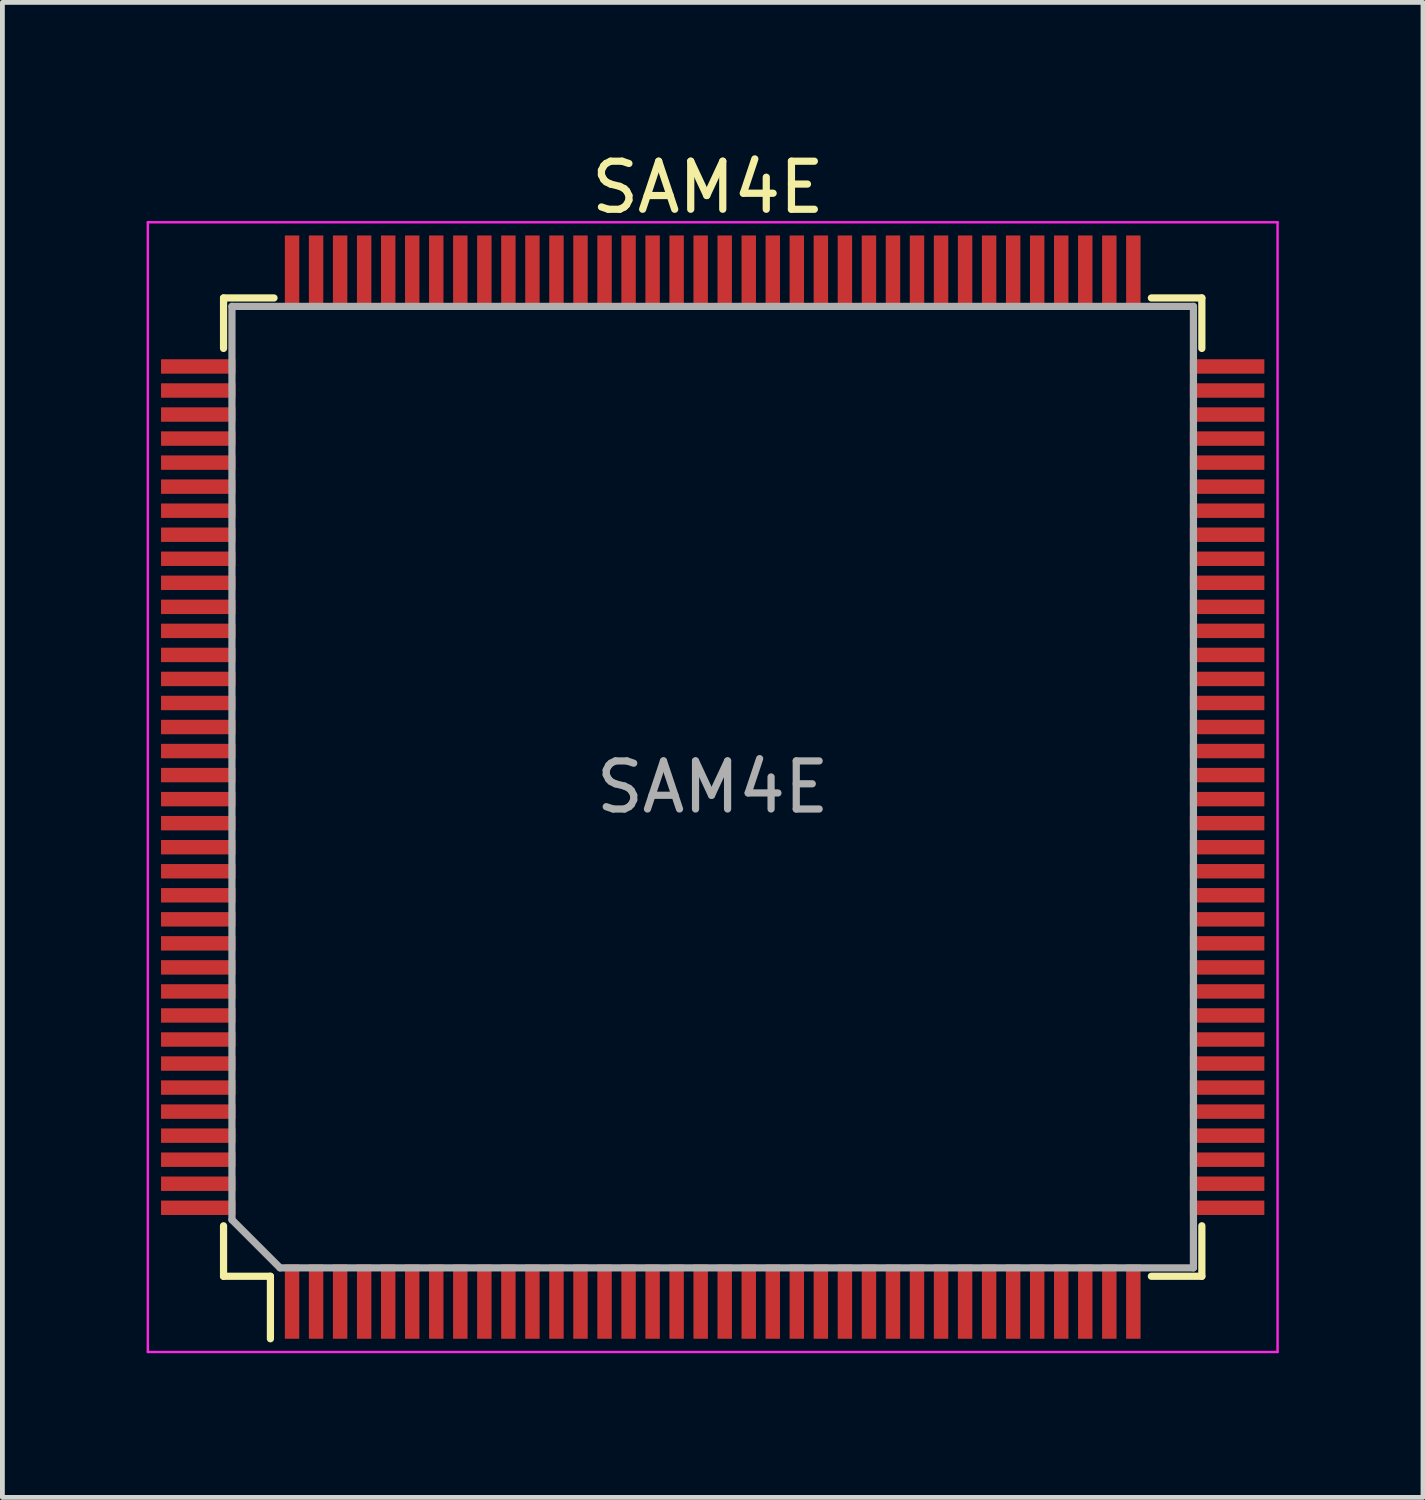
<source format=kicad_pcb>
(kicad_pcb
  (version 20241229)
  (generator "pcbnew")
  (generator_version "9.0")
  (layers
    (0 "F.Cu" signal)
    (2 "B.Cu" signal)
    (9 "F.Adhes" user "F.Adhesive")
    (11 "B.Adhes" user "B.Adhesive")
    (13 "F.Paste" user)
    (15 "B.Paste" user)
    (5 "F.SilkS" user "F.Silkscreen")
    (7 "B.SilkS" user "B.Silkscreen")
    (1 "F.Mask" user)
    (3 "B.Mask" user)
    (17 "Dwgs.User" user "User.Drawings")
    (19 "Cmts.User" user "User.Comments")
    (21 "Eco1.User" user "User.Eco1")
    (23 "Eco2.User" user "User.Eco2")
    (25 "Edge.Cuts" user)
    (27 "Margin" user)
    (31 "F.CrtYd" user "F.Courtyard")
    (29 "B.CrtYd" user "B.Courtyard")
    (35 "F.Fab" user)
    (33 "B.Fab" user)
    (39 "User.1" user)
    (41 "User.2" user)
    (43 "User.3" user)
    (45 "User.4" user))
  (footprint "SAM4E"
    (layer "F.Cu")
    (at 11.675 13.323)
    (property "Reference" "SAM4E" (at 0 -12.475 0) (layer "F.SilkS") (effects (font (size 1 1) (thickness 0.15))))
    (attr smd)
    (fp_line (start -10.075 -10.175) (end -10.075 -9.125) (stroke (width 0.15) (type solid)) (layer "F.SilkS"))
    (fp_line (start -10.075 -10.175) (end -9.025 -10.175) (stroke (width 0.15) (type solid)) (layer "F.SilkS"))
    (fp_line (start -10.075 10.175) (end -10.075 9.125) (stroke (width 0.15) (type solid)) (layer "F.SilkS"))
    (fp_line (start -10.075 10.175) (end -9.1 10.175) (stroke (width 0.15) (type solid)) (layer "F.SilkS"))
    (fp_line (start -9.1 10.175) (end -9.1 11.475) (stroke (width 0.15) (type solid)) (layer "F.SilkS"))
    (fp_line (start 10.275 -10.175) (end 9.225 -10.175) (stroke (width 0.15) (type solid)) (layer "F.SilkS"))
    (fp_line (start 10.275 -10.175) (end 10.275 -9.125) (stroke (width 0.15) (type solid)) (layer "F.SilkS"))
    (fp_line (start 10.275 10.175) (end 9.225 10.175) (stroke (width 0.15) (type solid)) (layer "F.SilkS"))
    (fp_line (start 10.275 10.175) (end 10.275 9.125) (stroke (width 0.15) (type solid)) (layer "F.SilkS"))
    (fp_line (start -11.65 -11.75) (end 11.85 -11.75) (stroke (width 0.05) (type solid)) (layer "F.CrtYd"))
    (fp_line (start -11.65 11.75) (end -11.65 -11.75) (stroke (width 0.05) (type solid)) (layer "F.CrtYd"))
    (fp_line (start -11.65 11.75) (end 11.85 11.75) (stroke (width 0.05) (type solid)) (layer "F.CrtYd"))
    (fp_line (start 11.85 11.75) (end 11.85 -11.75) (stroke (width 0.05) (type solid)) (layer "F.CrtYd"))
    (fp_line (start -9.9 -10) (end 10.1 -10) (stroke (width 0.15) (type solid)) (layer "F.Fab"))
    (fp_line (start -9.9 9) (end -9.9 -10) (stroke (width 0.15) (type solid)) (layer "F.Fab"))
    (fp_line (start -8.9 10) (end -9.9 9) (stroke (width 0.15) (type solid)) (layer "F.Fab"))
    (fp_line (start 10.1 -10) (end 10.1 10) (stroke (width 0.15) (type solid)) (layer "F.Fab"))
    (fp_line (start 10.1 10) (end -8.9 10) (stroke (width 0.15) (type solid)) (layer "F.Fab"))
    (fp_text user "${REFERENCE}" (at 0.1 0 180) (layer "F.Fab") (effects (font (size 1 1) (thickness 0.15))))
    (pad "1" smd rect (at -8.65 10.7 90) (size 1.55 0.3) (layers "F.Cu" "F.Mask" "F.Paste"))
    (pad "2" smd rect (at -8.15 10.7 90) (size 1.55 0.3) (layers "F.Cu" "F.Mask" "F.Paste"))
    (pad "3" smd rect (at -7.65 10.7 90) (size 1.55 0.3) (layers "F.Cu" "F.Mask" "F.Paste"))
    (pad "4" smd rect (at -7.15 10.7 90) (size 1.55 0.3) (layers "F.Cu" "F.Mask" "F.Paste"))
    (pad "5" smd rect (at -6.65 10.7 90) (size 1.55 0.3) (layers "F.Cu" "F.Mask" "F.Paste"))
    (pad "6" smd rect (at -6.15 10.7 90) (size 1.55 0.3) (layers "F.Cu" "F.Mask" "F.Paste"))
    (pad "7" smd rect (at -5.65 10.7 90) (size 1.55 0.3) (layers "F.Cu" "F.Mask" "F.Paste"))
    (pad "8" smd rect (at -5.15 10.7 90) (size 1.55 0.3) (layers "F.Cu" "F.Mask" "F.Paste"))
    (pad "9" smd rect (at -4.65 10.7 90) (size 1.55 0.3) (layers "F.Cu" "F.Mask" "F.Paste"))
    (pad "10" smd rect (at -4.15 10.7 90) (size 1.55 0.3) (layers "F.Cu" "F.Mask" "F.Paste"))
    (pad "11" smd rect (at -3.65 10.7 90) (size 1.55 0.3) (layers "F.Cu" "F.Mask" "F.Paste"))
    (pad "12" smd rect (at -3.15 10.7 90) (size 1.55 0.3) (layers "F.Cu" "F.Mask" "F.Paste"))
    (pad "13" smd rect (at -2.65 10.7 90) (size 1.55 0.3) (layers "F.Cu" "F.Mask" "F.Paste"))
    (pad "14" smd rect (at -2.15 10.7 90) (size 1.55 0.3) (layers "F.Cu" "F.Mask" "F.Paste"))
    (pad "15" smd rect (at -1.65 10.7 90) (size 1.55 0.3) (layers "F.Cu" "F.Mask" "F.Paste"))
    (pad "16" smd rect (at -1.15 10.7 90) (size 1.55 0.3) (layers "F.Cu" "F.Mask" "F.Paste"))
    (pad "17" smd rect (at -0.65 10.7 90) (size 1.55 0.3) (layers "F.Cu" "F.Mask" "F.Paste"))
    (pad "18" smd rect (at -0.15 10.7 90) (size 1.55 0.3) (layers "F.Cu" "F.Mask" "F.Paste"))
    (pad "19" smd rect (at 0.35 10.7 90) (size 1.55 0.3) (layers "F.Cu" "F.Mask" "F.Paste"))
    (pad "20" smd rect (at 0.85 10.7 90) (size 1.55 0.3) (layers "F.Cu" "F.Mask" "F.Paste"))
    (pad "21" smd rect (at 1.35 10.7 90) (size 1.55 0.3) (layers "F.Cu" "F.Mask" "F.Paste"))
    (pad "22" smd rect (at 1.85 10.7 90) (size 1.55 0.3) (layers "F.Cu" "F.Mask" "F.Paste"))
    (pad "23" smd rect (at 2.35 10.7 90) (size 1.55 0.3) (layers "F.Cu" "F.Mask" "F.Paste"))
    (pad "24" smd rect (at 2.85 10.7 90) (size 1.55 0.3) (layers "F.Cu" "F.Mask" "F.Paste"))
    (pad "25" smd rect (at 3.35 10.7 90) (size 1.55 0.3) (layers "F.Cu" "F.Mask" "F.Paste"))
    (pad "26" smd rect (at 3.85 10.7 90) (size 1.55 0.3) (layers "F.Cu" "F.Mask" "F.Paste"))
    (pad "27" smd rect (at 4.35 10.7 90) (size 1.55 0.3) (layers "F.Cu" "F.Mask" "F.Paste"))
    (pad "28" smd rect (at 4.85 10.7 90) (size 1.55 0.3) (layers "F.Cu" "F.Mask" "F.Paste"))
    (pad "29" smd rect (at 5.35 10.7 90) (size 1.55 0.3) (layers "F.Cu" "F.Mask" "F.Paste"))
    (pad "30" smd rect (at 5.85 10.7 90) (size 1.55 0.3) (layers "F.Cu" "F.Mask" "F.Paste"))
    (pad "31" smd rect (at 6.35 10.7 90) (size 1.55 0.3) (layers "F.Cu" "F.Mask" "F.Paste"))
    (pad "32" smd rect (at 6.85 10.7 90) (size 1.55 0.3) (layers "F.Cu" "F.Mask" "F.Paste"))
    (pad "33" smd rect (at 7.35 10.7 90) (size 1.55 0.3) (layers "F.Cu" "F.Mask" "F.Paste"))
    (pad "34" smd rect (at 7.85 10.7 90) (size 1.55 0.3) (layers "F.Cu" "F.Mask" "F.Paste"))
    (pad "35" smd rect (at 8.35 10.7 90) (size 1.55 0.3) (layers "F.Cu" "F.Mask" "F.Paste"))
    (pad "36" smd rect (at 8.85 10.7 90) (size 1.55 0.3) (layers "F.Cu" "F.Mask" "F.Paste"))
    (pad "37" smd rect (at 10.8 8.75 180) (size 1.55 0.3) (layers "F.Cu" "F.Mask" "F.Paste"))
    (pad "38" smd rect (at 10.8 8.25 180) (size 1.55 0.3) (layers "F.Cu" "F.Mask" "F.Paste"))
    (pad "39" smd rect (at 10.8 7.75 180) (size 1.55 0.3) (layers "F.Cu" "F.Mask" "F.Paste"))
    (pad "40" smd rect (at 10.8 7.25 180) (size 1.55 0.3) (layers "F.Cu" "F.Mask" "F.Paste"))
    (pad "41" smd rect (at 10.8 6.75 180) (size 1.55 0.3) (layers "F.Cu" "F.Mask" "F.Paste"))
    (pad "42" smd rect (at 10.8 6.25 180) (size 1.55 0.3) (layers "F.Cu" "F.Mask" "F.Paste"))
    (pad "43" smd rect (at 10.8 5.75 180) (size 1.55 0.3) (layers "F.Cu" "F.Mask" "F.Paste"))
    (pad "44" smd rect (at 10.8 5.25 180) (size 1.55 0.3) (layers "F.Cu" "F.Mask" "F.Paste"))
    (pad "45" smd rect (at 10.8 4.75 180) (size 1.55 0.3) (layers "F.Cu" "F.Mask" "F.Paste"))
    (pad "46" smd rect (at 10.8 4.25 180) (size 1.55 0.3) (layers "F.Cu" "F.Mask" "F.Paste"))
    (pad "47" smd rect (at 10.8 3.75 180) (size 1.55 0.3) (layers "F.Cu" "F.Mask" "F.Paste"))
    (pad "48" smd rect (at 10.8 3.25 180) (size 1.55 0.3) (layers "F.Cu" "F.Mask" "F.Paste"))
    (pad "49" smd rect (at 10.8 2.75 180) (size 1.55 0.3) (layers "F.Cu" "F.Mask" "F.Paste"))
    (pad "50" smd rect (at 10.8 2.25 180) (size 1.55 0.3) (layers "F.Cu" "F.Mask" "F.Paste"))
    (pad "51" smd rect (at 10.8 1.75 180) (size 1.55 0.3) (layers "F.Cu" "F.Mask" "F.Paste"))
    (pad "52" smd rect (at 10.8 1.25 180) (size 1.55 0.3) (layers "F.Cu" "F.Mask" "F.Paste"))
    (pad "53" smd rect (at 10.8 0.75 180) (size 1.55 0.3) (layers "F.Cu" "F.Mask" "F.Paste"))
    (pad "54" smd rect (at 10.8 0.25 180) (size 1.55 0.3) (layers "F.Cu" "F.Mask" "F.Paste"))
    (pad "55" smd rect (at 10.8 -0.25 180) (size 1.55 0.3) (layers "F.Cu" "F.Mask" "F.Paste"))
    (pad "56" smd rect (at 10.8 -0.75 180) (size 1.55 0.3) (layers "F.Cu" "F.Mask" "F.Paste"))
    (pad "57" smd rect (at 10.8 -1.25 180) (size 1.55 0.3) (layers "F.Cu" "F.Mask" "F.Paste"))
    (pad "58" smd rect (at 10.8 -1.75 180) (size 1.55 0.3) (layers "F.Cu" "F.Mask" "F.Paste"))
    (pad "59" smd rect (at 10.8 -2.25 180) (size 1.55 0.3) (layers "F.Cu" "F.Mask" "F.Paste"))
    (pad "60" smd rect (at 10.8 -2.75 180) (size 1.55 0.3) (layers "F.Cu" "F.Mask" "F.Paste"))
    (pad "61" smd rect (at 10.8 -3.25 180) (size 1.55 0.3) (layers "F.Cu" "F.Mask" "F.Paste"))
    (pad "62" smd rect (at 10.8 -3.75 180) (size 1.55 0.3) (layers "F.Cu" "F.Mask" "F.Paste"))
    (pad "63" smd rect (at 10.8 -4.25 180) (size 1.55 0.3) (layers "F.Cu" "F.Mask" "F.Paste"))
    (pad "64" smd rect (at 10.8 -4.75 180) (size 1.55 0.3) (layers "F.Cu" "F.Mask" "F.Paste"))
    (pad "65" smd rect (at 10.8 -5.25 180) (size 1.55 0.3) (layers "F.Cu" "F.Mask" "F.Paste"))
    (pad "66" smd rect (at 10.8 -5.75 180) (size 1.55 0.3) (layers "F.Cu" "F.Mask" "F.Paste"))
    (pad "67" smd rect (at 10.8 -6.25 180) (size 1.55 0.3) (layers "F.Cu" "F.Mask" "F.Paste"))
    (pad "68" smd rect (at 10.8 -6.75 180) (size 1.55 0.3) (layers "F.Cu" "F.Mask" "F.Paste"))
    (pad "69" smd rect (at 10.8 -7.25 180) (size 1.55 0.3) (layers "F.Cu" "F.Mask" "F.Paste"))
    (pad "70" smd rect (at 10.8 -7.75 180) (size 1.55 0.3) (layers "F.Cu" "F.Mask" "F.Paste"))
    (pad "71" smd rect (at 10.8 -8.25 180) (size 1.55 0.3) (layers "F.Cu" "F.Mask" "F.Paste"))
    (pad "72" smd rect (at 10.8 -8.75 180) (size 1.55 0.3) (layers "F.Cu" "F.Mask" "F.Paste"))
    (pad "73" smd rect (at 8.85 -10.7 90) (size 1.55 0.3) (layers "F.Cu" "F.Mask" "F.Paste"))
    (pad "74" smd rect (at 8.35 -10.7 90) (size 1.55 0.3) (layers "F.Cu" "F.Mask" "F.Paste"))
    (pad "75" smd rect (at 7.85 -10.7 90) (size 1.55 0.3) (layers "F.Cu" "F.Mask" "F.Paste"))
    (pad "76" smd rect (at 7.35 -10.7 90) (size 1.55 0.3) (layers "F.Cu" "F.Mask" "F.Paste"))
    (pad "77" smd rect (at 6.85 -10.7 90) (size 1.55 0.3) (layers "F.Cu" "F.Mask" "F.Paste"))
    (pad "78" smd rect (at 6.35 -10.7 90) (size 1.55 0.3) (layers "F.Cu" "F.Mask" "F.Paste"))
    (pad "79" smd rect (at 5.85 -10.7 90) (size 1.55 0.3) (layers "F.Cu" "F.Mask" "F.Paste"))
    (pad "80" smd rect (at 5.35 -10.7 90) (size 1.55 0.3) (layers "F.Cu" "F.Mask" "F.Paste"))
    (pad "81" smd rect (at 4.85 -10.7 90) (size 1.55 0.3) (layers "F.Cu" "F.Mask" "F.Paste"))
    (pad "82" smd rect (at 4.35 -10.7 90) (size 1.55 0.3) (layers "F.Cu" "F.Mask" "F.Paste"))
    (pad "83" smd rect (at 3.85 -10.7 90) (size 1.55 0.3) (layers "F.Cu" "F.Mask" "F.Paste"))
    (pad "84" smd rect (at 3.35 -10.7 90) (size 1.55 0.3) (layers "F.Cu" "F.Mask" "F.Paste"))
    (pad "85" smd rect (at 2.85 -10.7 90) (size 1.55 0.3) (layers "F.Cu" "F.Mask" "F.Paste"))
    (pad "86" smd rect (at 2.35 -10.7 90) (size 1.55 0.3) (layers "F.Cu" "F.Mask" "F.Paste"))
    (pad "87" smd rect (at 1.85 -10.7 90) (size 1.55 0.3) (layers "F.Cu" "F.Mask" "F.Paste"))
    (pad "88" smd rect (at 1.35 -10.7 90) (size 1.55 0.3) (layers "F.Cu" "F.Mask" "F.Paste"))
    (pad "89" smd rect (at 0.85 -10.7 90) (size 1.55 0.3) (layers "F.Cu" "F.Mask" "F.Paste"))
    (pad "90" smd rect (at 0.35 -10.7 90) (size 1.55 0.3) (layers "F.Cu" "F.Mask" "F.Paste"))
    (pad "91" smd rect (at -0.15 -10.7 90) (size 1.55 0.3) (layers "F.Cu" "F.Mask" "F.Paste"))
    (pad "92" smd rect (at -0.65 -10.7 90) (size 1.55 0.3) (layers "F.Cu" "F.Mask" "F.Paste"))
    (pad "93" smd rect (at -1.15 -10.7 90) (size 1.55 0.3) (layers "F.Cu" "F.Mask" "F.Paste"))
    (pad "94" smd rect (at -1.65 -10.7 90) (size 1.55 0.3) (layers "F.Cu" "F.Mask" "F.Paste"))
    (pad "95" smd rect (at -2.15 -10.7 90) (size 1.55 0.3) (layers "F.Cu" "F.Mask" "F.Paste"))
    (pad "96" smd rect (at -2.65 -10.7 90) (size 1.55 0.3) (layers "F.Cu" "F.Mask" "F.Paste"))
    (pad "97" smd rect (at -3.15 -10.7 90) (size 1.55 0.3) (layers "F.Cu" "F.Mask" "F.Paste"))
    (pad "98" smd rect (at -3.65 -10.7 90) (size 1.55 0.3) (layers "F.Cu" "F.Mask" "F.Paste"))
    (pad "99" smd rect (at -4.15 -10.7 90) (size 1.55 0.3) (layers "F.Cu" "F.Mask" "F.Paste"))
    (pad "100" smd rect (at -4.65 -10.7 90) (size 1.55 0.3) (layers "F.Cu" "F.Mask" "F.Paste"))
    (pad "101" smd rect (at -5.15 -10.7 90) (size 1.55 0.3) (layers "F.Cu" "F.Mask" "F.Paste"))
    (pad "102" smd rect (at -5.65 -10.7 90) (size 1.55 0.3) (layers "F.Cu" "F.Mask" "F.Paste"))
    (pad "103" smd rect (at -6.15 -10.7 90) (size 1.55 0.3) (layers "F.Cu" "F.Mask" "F.Paste"))
    (pad "104" smd rect (at -6.65 -10.7 90) (size 1.55 0.3) (layers "F.Cu" "F.Mask" "F.Paste"))
    (pad "105" smd rect (at -7.15 -10.7 90) (size 1.55 0.3) (layers "F.Cu" "F.Mask" "F.Paste"))
    (pad "106" smd rect (at -7.65 -10.7 90) (size 1.55 0.3) (layers "F.Cu" "F.Mask" "F.Paste"))
    (pad "107" smd rect (at -8.15 -10.7 90) (size 1.55 0.3) (layers "F.Cu" "F.Mask" "F.Paste"))
    (pad "108" smd rect (at -8.65 -10.7 90) (size 1.55 0.3) (layers "F.Cu" "F.Mask" "F.Paste"))
    (pad "109" smd rect (at -10.6 -8.75 180) (size 1.55 0.3) (layers "F.Cu" "F.Mask" "F.Paste"))
    (pad "110" smd rect (at -10.6 -8.25 180) (size 1.55 0.3) (layers "F.Cu" "F.Mask" "F.Paste"))
    (pad "111" smd rect (at -10.6 -7.75 180) (size 1.55 0.3) (layers "F.Cu" "F.Mask" "F.Paste"))
    (pad "112" smd rect (at -10.6 -7.25 180) (size 1.55 0.3) (layers "F.Cu" "F.Mask" "F.Paste"))
    (pad "113" smd rect (at -10.6 -6.75 180) (size 1.55 0.3) (layers "F.Cu" "F.Mask" "F.Paste"))
    (pad "114" smd rect (at -10.6 -6.25 180) (size 1.55 0.3) (layers "F.Cu" "F.Mask" "F.Paste"))
    (pad "115" smd rect (at -10.6 -5.75 180) (size 1.55 0.3) (layers "F.Cu" "F.Mask" "F.Paste"))
    (pad "116" smd rect (at -10.6 -5.25 180) (size 1.55 0.3) (layers "F.Cu" "F.Mask" "F.Paste"))
    (pad "117" smd rect (at -10.6 -4.75 180) (size 1.55 0.3) (layers "F.Cu" "F.Mask" "F.Paste"))
    (pad "118" smd rect (at -10.6 -4.25 180) (size 1.55 0.3) (layers "F.Cu" "F.Mask" "F.Paste"))
    (pad "119" smd rect (at -10.6 -3.75 180) (size 1.55 0.3) (layers "F.Cu" "F.Mask" "F.Paste"))
    (pad "120" smd rect (at -10.6 -3.25 180) (size 1.55 0.3) (layers "F.Cu" "F.Mask" "F.Paste"))
    (pad "121" smd rect (at -10.6 -2.75 180) (size 1.55 0.3) (layers "F.Cu" "F.Mask" "F.Paste"))
    (pad "122" smd rect (at -10.6 -2.25 180) (size 1.55 0.3) (layers "F.Cu" "F.Mask" "F.Paste"))
    (pad "123" smd rect (at -10.6 -1.75 180) (size 1.55 0.3) (layers "F.Cu" "F.Mask" "F.Paste"))
    (pad "124" smd rect (at -10.6 -1.25 180) (size 1.55 0.3) (layers "F.Cu" "F.Mask" "F.Paste"))
    (pad "125" smd rect (at -10.6 -0.75 180) (size 1.55 0.3) (layers "F.Cu" "F.Mask" "F.Paste"))
    (pad "126" smd rect (at -10.6 -0.25 180) (size 1.55 0.3) (layers "F.Cu" "F.Mask" "F.Paste"))
    (pad "127" smd rect (at -10.6 0.25 180) (size 1.55 0.3) (layers "F.Cu" "F.Mask" "F.Paste"))
    (pad "128" smd rect (at -10.6 0.75 180) (size 1.55 0.3) (layers "F.Cu" "F.Mask" "F.Paste"))
    (pad "129" smd rect (at -10.6 1.25 180) (size 1.55 0.3) (layers "F.Cu" "F.Mask" "F.Paste"))
    (pad "130" smd rect (at -10.6 1.75 180) (size 1.55 0.3) (layers "F.Cu" "F.Mask" "F.Paste"))
    (pad "131" smd rect (at -10.6 2.25 180) (size 1.55 0.3) (layers "F.Cu" "F.Mask" "F.Paste"))
    (pad "132" smd rect (at -10.6 2.75 180) (size 1.55 0.3) (layers "F.Cu" "F.Mask" "F.Paste"))
    (pad "133" smd rect (at -10.6 3.25 180) (size 1.55 0.3) (layers "F.Cu" "F.Mask" "F.Paste"))
    (pad "134" smd rect (at -10.6 3.75 180) (size 1.55 0.3) (layers "F.Cu" "F.Mask" "F.Paste"))
    (pad "135" smd rect (at -10.6 4.25 180) (size 1.55 0.3) (layers "F.Cu" "F.Mask" "F.Paste"))
    (pad "136" smd rect (at -10.6 4.75 180) (size 1.55 0.3) (layers "F.Cu" "F.Mask" "F.Paste"))
    (pad "137" smd rect (at -10.6 5.25 180) (size 1.55 0.3) (layers "F.Cu" "F.Mask" "F.Paste"))
    (pad "138" smd rect (at -10.6 5.75 180) (size 1.55 0.3) (layers "F.Cu" "F.Mask" "F.Paste"))
    (pad "139" smd rect (at -10.6 6.25 180) (size 1.55 0.3) (layers "F.Cu" "F.Mask" "F.Paste"))
    (pad "140" smd rect (at -10.6 6.75 180) (size 1.55 0.3) (layers "F.Cu" "F.Mask" "F.Paste"))
    (pad "141" smd rect (at -10.6 7.25 180) (size 1.55 0.3) (layers "F.Cu" "F.Mask" "F.Paste"))
    (pad "142" smd rect (at -10.6 7.75 180) (size 1.55 0.3) (layers "F.Cu" "F.Mask" "F.Paste"))
    (pad "143" smd rect (at -10.6 8.25 180) (size 1.55 0.3) (layers "F.Cu" "F.Mask" "F.Paste"))
    (pad "144" smd rect (at -10.6 8.75 180) (size 1.55 0.3) (layers "F.Cu" "F.Mask" "F.Paste")))
  (gr_rect
    (start -3 -3)
    (end 26.55 28.098)
    (stroke (width 0.1) (type default))
    (fill no)
    (layer "Edge.Cuts")))
</source>
